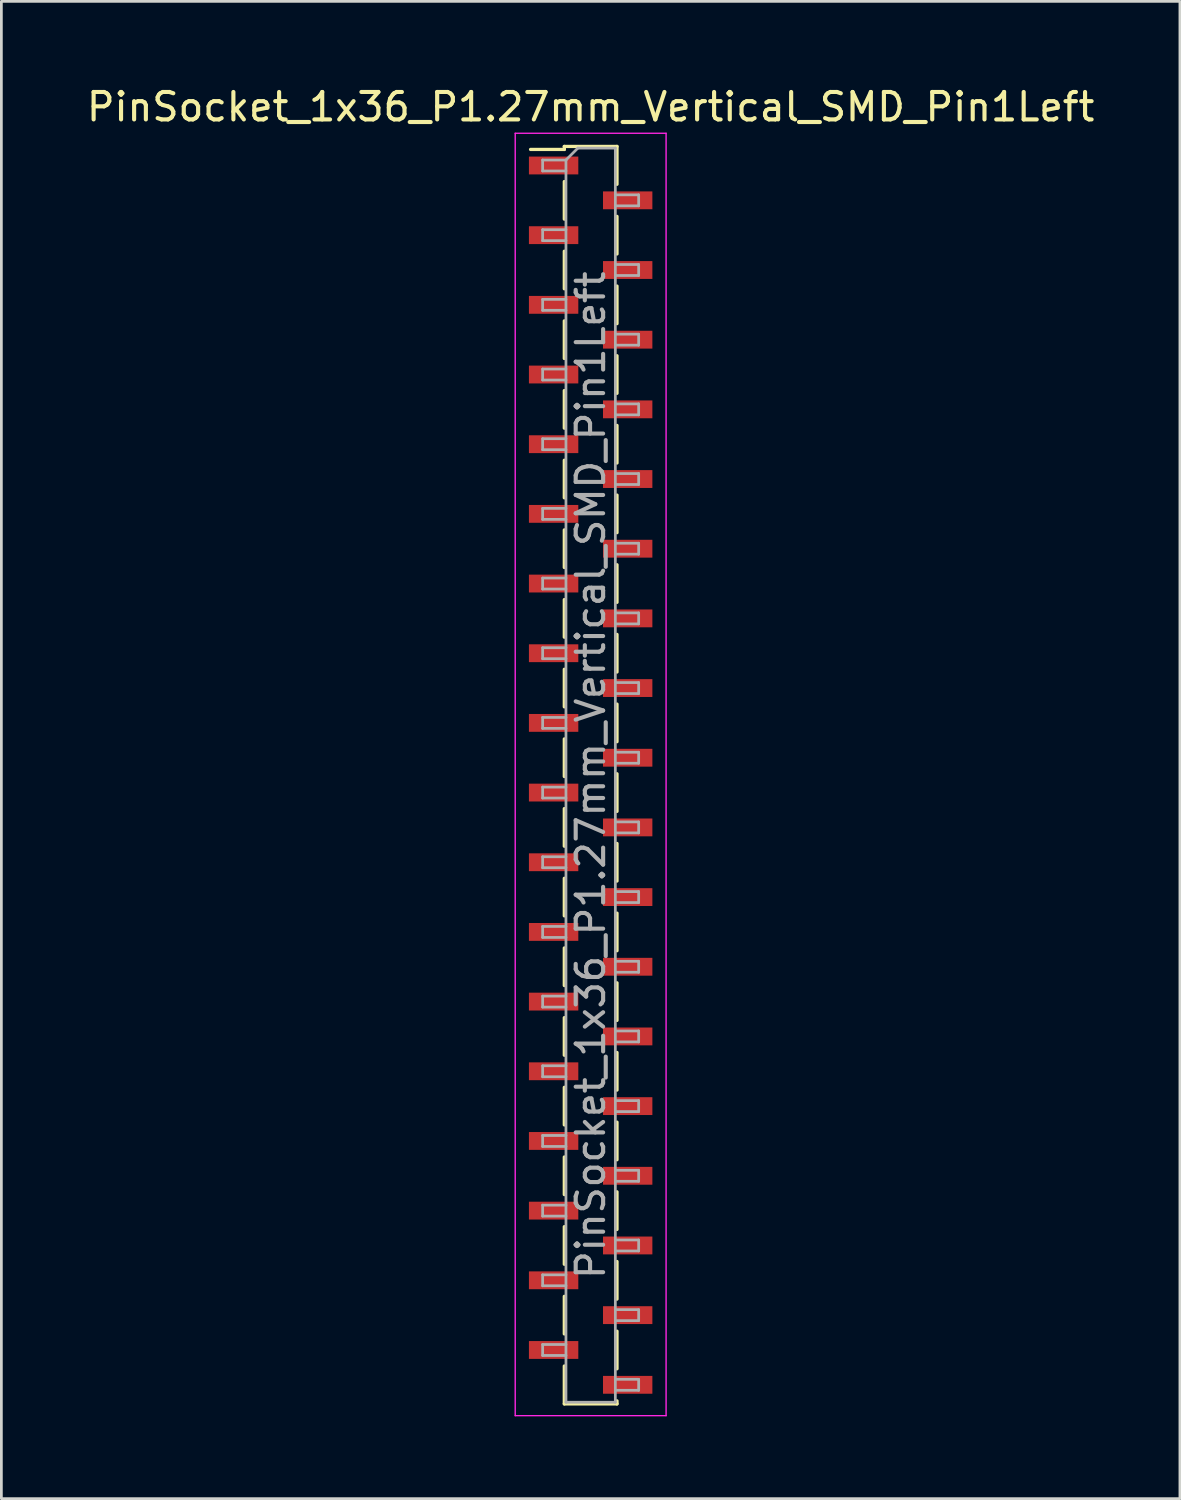
<source format=kicad_pcb>
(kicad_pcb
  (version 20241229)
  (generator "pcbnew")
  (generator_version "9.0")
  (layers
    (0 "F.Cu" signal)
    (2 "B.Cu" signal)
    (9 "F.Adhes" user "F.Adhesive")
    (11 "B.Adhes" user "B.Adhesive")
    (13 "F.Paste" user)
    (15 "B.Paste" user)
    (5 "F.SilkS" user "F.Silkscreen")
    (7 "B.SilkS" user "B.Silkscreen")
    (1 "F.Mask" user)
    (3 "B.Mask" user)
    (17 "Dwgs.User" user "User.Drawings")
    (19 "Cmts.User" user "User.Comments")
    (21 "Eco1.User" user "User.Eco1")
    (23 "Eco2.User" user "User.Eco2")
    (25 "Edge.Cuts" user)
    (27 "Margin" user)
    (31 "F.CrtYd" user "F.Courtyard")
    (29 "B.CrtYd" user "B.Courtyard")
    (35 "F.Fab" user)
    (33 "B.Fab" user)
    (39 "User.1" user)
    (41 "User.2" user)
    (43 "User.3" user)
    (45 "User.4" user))
  (footprint "PinSocket_1x36_P1.27mm_Vertical_SMD_Pin1Left"
    (layer "F.Cu")
    (at 18.482 25.208)
    (property "Reference" "PinSocket_1x36_P1.27mm_Vertical_SMD_Pin1Left" (at 0 -24.36 0) (layer "F.SilkS") (effects (font (size 1 1) (thickness 0.15))))
    (attr smd)
    (fp_line (start -2.19 -22.81) (end -0.96 -22.81) (stroke (width 0.12) (type solid)) (layer "F.SilkS"))
    (fp_line (start -0.96 -22.92) (end -0.96 -22.81) (stroke (width 0.12) (type solid)) (layer "F.SilkS"))
    (fp_line (start -0.96 -22.92) (end 0.96 -22.92) (stroke (width 0.12) (type solid)) (layer "F.SilkS"))
    (fp_line (start -0.96 -21.64) (end -0.96 -20.27) (stroke (width 0.12) (type solid)) (layer "F.SilkS"))
    (fp_line (start -0.96 -19.1) (end -0.96 -17.73) (stroke (width 0.12) (type solid)) (layer "F.SilkS"))
    (fp_line (start -0.96 -16.56) (end -0.96 -15.19) (stroke (width 0.12) (type solid)) (layer "F.SilkS"))
    (fp_line (start -0.96 -14.02) (end -0.96 -12.65) (stroke (width 0.12) (type solid)) (layer "F.SilkS"))
    (fp_line (start -0.96 -11.48) (end -0.96 -10.11) (stroke (width 0.12) (type solid)) (layer "F.SilkS"))
    (fp_line (start -0.96 -8.94) (end -0.96 -7.57) (stroke (width 0.12) (type solid)) (layer "F.SilkS"))
    (fp_line (start -0.96 -6.4) (end -0.96 -5.03) (stroke (width 0.12) (type solid)) (layer "F.SilkS"))
    (fp_line (start -0.96 -3.86) (end -0.96 -2.49) (stroke (width 0.12) (type solid)) (layer "F.SilkS"))
    (fp_line (start -0.96 -1.32) (end -0.96 0.05) (stroke (width 0.12) (type solid)) (layer "F.SilkS"))
    (fp_line (start -0.96 1.22) (end -0.96 2.59) (stroke (width 0.12) (type solid)) (layer "F.SilkS"))
    (fp_line (start -0.96 3.76) (end -0.96 5.13) (stroke (width 0.12) (type solid)) (layer "F.SilkS"))
    (fp_line (start -0.96 6.3) (end -0.96 7.67) (stroke (width 0.12) (type solid)) (layer "F.SilkS"))
    (fp_line (start -0.96 8.84) (end -0.96 10.21) (stroke (width 0.12) (type solid)) (layer "F.SilkS"))
    (fp_line (start -0.96 11.38) (end -0.96 12.75) (stroke (width 0.12) (type solid)) (layer "F.SilkS"))
    (fp_line (start -0.96 13.92) (end -0.96 15.29) (stroke (width 0.12) (type solid)) (layer "F.SilkS"))
    (fp_line (start -0.96 16.46) (end -0.96 17.83) (stroke (width 0.12) (type solid)) (layer "F.SilkS"))
    (fp_line (start -0.96 19) (end -0.96 20.37) (stroke (width 0.12) (type solid)) (layer "F.SilkS"))
    (fp_line (start -0.96 21.54) (end -0.96 22.92) (stroke (width 0.12) (type solid)) (layer "F.SilkS"))
    (fp_line (start -0.96 22.92) (end 0.96 22.92) (stroke (width 0.12) (type solid)) (layer "F.SilkS"))
    (fp_line (start 0.96 -22.92) (end 0.96 -21.54) (stroke (width 0.12) (type solid)) (layer "F.SilkS"))
    (fp_line (start 0.96 -20.37) (end 0.96 -19) (stroke (width 0.12) (type solid)) (layer "F.SilkS"))
    (fp_line (start 0.96 -17.83) (end 0.96 -16.46) (stroke (width 0.12) (type solid)) (layer "F.SilkS"))
    (fp_line (start 0.96 -15.29) (end 0.96 -13.92) (stroke (width 0.12) (type solid)) (layer "F.SilkS"))
    (fp_line (start 0.96 -12.75) (end 0.96 -11.38) (stroke (width 0.12) (type solid)) (layer "F.SilkS"))
    (fp_line (start 0.96 -10.21) (end 0.96 -8.84) (stroke (width 0.12) (type solid)) (layer "F.SilkS"))
    (fp_line (start 0.96 -7.67) (end 0.96 -6.3) (stroke (width 0.12) (type solid)) (layer "F.SilkS"))
    (fp_line (start 0.96 -5.13) (end 0.96 -3.76) (stroke (width 0.12) (type solid)) (layer "F.SilkS"))
    (fp_line (start 0.96 -2.59) (end 0.96 -1.22) (stroke (width 0.12) (type solid)) (layer "F.SilkS"))
    (fp_line (start 0.96 -0.05) (end 0.96 1.32) (stroke (width 0.12) (type solid)) (layer "F.SilkS"))
    (fp_line (start 0.96 2.49) (end 0.96 3.86) (stroke (width 0.12) (type solid)) (layer "F.SilkS"))
    (fp_line (start 0.96 5.03) (end 0.96 6.4) (stroke (width 0.12) (type solid)) (layer "F.SilkS"))
    (fp_line (start 0.96 7.57) (end 0.96 8.94) (stroke (width 0.12) (type solid)) (layer "F.SilkS"))
    (fp_line (start 0.96 10.11) (end 0.96 11.48) (stroke (width 0.12) (type solid)) (layer "F.SilkS"))
    (fp_line (start 0.96 12.65) (end 0.96 14.02) (stroke (width 0.12) (type solid)) (layer "F.SilkS"))
    (fp_line (start 0.96 15.19) (end 0.96 16.56) (stroke (width 0.12) (type solid)) (layer "F.SilkS"))
    (fp_line (start 0.96 17.73) (end 0.96 19.1) (stroke (width 0.12) (type solid)) (layer "F.SilkS"))
    (fp_line (start 0.96 20.27) (end 0.96 21.64) (stroke (width 0.12) (type solid)) (layer "F.SilkS"))
    (fp_line (start 0.96 22.81) (end 0.96 22.92) (stroke (width 0.12) (type solid)) (layer "F.SilkS"))
    (fp_line (start -2.75 -23.4) (end 2.75 -23.4) (stroke (width 0.05) (type solid)) (layer "F.CrtYd"))
    (fp_line (start -2.75 23.35) (end -2.75 -23.4) (stroke (width 0.05) (type solid)) (layer "F.CrtYd"))
    (fp_line (start 2.75 -23.4) (end 2.75 23.35) (stroke (width 0.05) (type solid)) (layer "F.CrtYd"))
    (fp_line (start 2.75 23.35) (end -2.75 23.35) (stroke (width 0.05) (type solid)) (layer "F.CrtYd"))
    (fp_line (start -1.75 -22.425) (end -0.9 -22.425) (stroke (width 0.1) (type solid)) (layer "F.Fab"))
    (fp_line (start -1.75 -22.025) (end -1.75 -22.425) (stroke (width 0.1) (type solid)) (layer "F.Fab"))
    (fp_line (start -1.75 -19.885) (end -0.9 -19.885) (stroke (width 0.1) (type solid)) (layer "F.Fab"))
    (fp_line (start -1.75 -19.485) (end -1.75 -19.885) (stroke (width 0.1) (type solid)) (layer "F.Fab"))
    (fp_line (start -1.75 -17.345) (end -0.9 -17.345) (stroke (width 0.1) (type solid)) (layer "F.Fab"))
    (fp_line (start -1.75 -16.945) (end -1.75 -17.345) (stroke (width 0.1) (type solid)) (layer "F.Fab"))
    (fp_line (start -1.75 -14.805) (end -0.9 -14.805) (stroke (width 0.1) (type solid)) (layer "F.Fab"))
    (fp_line (start -1.75 -14.405) (end -1.75 -14.805) (stroke (width 0.1) (type solid)) (layer "F.Fab"))
    (fp_line (start -1.75 -12.265) (end -0.9 -12.265) (stroke (width 0.1) (type solid)) (layer "F.Fab"))
    (fp_line (start -1.75 -11.865) (end -1.75 -12.265) (stroke (width 0.1) (type solid)) (layer "F.Fab"))
    (fp_line (start -1.75 -9.725) (end -0.9 -9.725) (stroke (width 0.1) (type solid)) (layer "F.Fab"))
    (fp_line (start -1.75 -9.325) (end -1.75 -9.725) (stroke (width 0.1) (type solid)) (layer "F.Fab"))
    (fp_line (start -1.75 -7.185) (end -0.9 -7.185) (stroke (width 0.1) (type solid)) (layer "F.Fab"))
    (fp_line (start -1.75 -6.785) (end -1.75 -7.185) (stroke (width 0.1) (type solid)) (layer "F.Fab"))
    (fp_line (start -1.75 -4.645) (end -0.9 -4.645) (stroke (width 0.1) (type solid)) (layer "F.Fab"))
    (fp_line (start -1.75 -4.245) (end -1.75 -4.645) (stroke (width 0.1) (type solid)) (layer "F.Fab"))
    (fp_line (start -1.75 -2.105) (end -0.9 -2.105) (stroke (width 0.1) (type solid)) (layer "F.Fab"))
    (fp_line (start -1.75 -1.705) (end -1.75 -2.105) (stroke (width 0.1) (type solid)) (layer "F.Fab"))
    (fp_line (start -1.75 0.435) (end -0.9 0.435) (stroke (width 0.1) (type solid)) (layer "F.Fab"))
    (fp_line (start -1.75 0.835) (end -1.75 0.435) (stroke (width 0.1) (type solid)) (layer "F.Fab"))
    (fp_line (start -1.75 2.975) (end -0.9 2.975) (stroke (width 0.1) (type solid)) (layer "F.Fab"))
    (fp_line (start -1.75 3.375) (end -1.75 2.975) (stroke (width 0.1) (type solid)) (layer "F.Fab"))
    (fp_line (start -1.75 5.515) (end -0.9 5.515) (stroke (width 0.1) (type solid)) (layer "F.Fab"))
    (fp_line (start -1.75 5.915) (end -1.75 5.515) (stroke (width 0.1) (type solid)) (layer "F.Fab"))
    (fp_line (start -1.75 8.055) (end -0.9 8.055) (stroke (width 0.1) (type solid)) (layer "F.Fab"))
    (fp_line (start -1.75 8.455) (end -1.75 8.055) (stroke (width 0.1) (type solid)) (layer "F.Fab"))
    (fp_line (start -1.75 10.595) (end -0.9 10.595) (stroke (width 0.1) (type solid)) (layer "F.Fab"))
    (fp_line (start -1.75 10.995) (end -1.75 10.595) (stroke (width 0.1) (type solid)) (layer "F.Fab"))
    (fp_line (start -1.75 13.135) (end -0.9 13.135) (stroke (width 0.1) (type solid)) (layer "F.Fab"))
    (fp_line (start -1.75 13.535) (end -1.75 13.135) (stroke (width 0.1) (type solid)) (layer "F.Fab"))
    (fp_line (start -1.75 15.675) (end -0.9 15.675) (stroke (width 0.1) (type solid)) (layer "F.Fab"))
    (fp_line (start -1.75 16.075) (end -1.75 15.675) (stroke (width 0.1) (type solid)) (layer "F.Fab"))
    (fp_line (start -1.75 18.215) (end -0.9 18.215) (stroke (width 0.1) (type solid)) (layer "F.Fab"))
    (fp_line (start -1.75 18.615) (end -1.75 18.215) (stroke (width 0.1) (type solid)) (layer "F.Fab"))
    (fp_line (start -1.75 20.755) (end -0.9 20.755) (stroke (width 0.1) (type solid)) (layer "F.Fab"))
    (fp_line (start -1.75 21.155) (end -1.75 20.755) (stroke (width 0.1) (type solid)) (layer "F.Fab"))
    (fp_line (start -0.9 -22.425) (end -0.465 -22.86) (stroke (width 0.1) (type solid)) (layer "F.Fab"))
    (fp_line (start -0.9 -22.025) (end -1.75 -22.025) (stroke (width 0.1) (type solid)) (layer "F.Fab"))
    (fp_line (start -0.9 -19.485) (end -1.75 -19.485) (stroke (width 0.1) (type solid)) (layer "F.Fab"))
    (fp_line (start -0.9 -16.945) (end -1.75 -16.945) (stroke (width 0.1) (type solid)) (layer "F.Fab"))
    (fp_line (start -0.9 -14.405) (end -1.75 -14.405) (stroke (width 0.1) (type solid)) (layer "F.Fab"))
    (fp_line (start -0.9 -11.865) (end -1.75 -11.865) (stroke (width 0.1) (type solid)) (layer "F.Fab"))
    (fp_line (start -0.9 -9.325) (end -1.75 -9.325) (stroke (width 0.1) (type solid)) (layer "F.Fab"))
    (fp_line (start -0.9 -6.785) (end -1.75 -6.785) (stroke (width 0.1) (type solid)) (layer "F.Fab"))
    (fp_line (start -0.9 -4.245) (end -1.75 -4.245) (stroke (width 0.1) (type solid)) (layer "F.Fab"))
    (fp_line (start -0.9 -1.705) (end -1.75 -1.705) (stroke (width 0.1) (type solid)) (layer "F.Fab"))
    (fp_line (start -0.9 0.835) (end -1.75 0.835) (stroke (width 0.1) (type solid)) (layer "F.Fab"))
    (fp_line (start -0.9 3.375) (end -1.75 3.375) (stroke (width 0.1) (type solid)) (layer "F.Fab"))
    (fp_line (start -0.9 5.915) (end -1.75 5.915) (stroke (width 0.1) (type solid)) (layer "F.Fab"))
    (fp_line (start -0.9 8.455) (end -1.75 8.455) (stroke (width 0.1) (type solid)) (layer "F.Fab"))
    (fp_line (start -0.9 10.995) (end -1.75 10.995) (stroke (width 0.1) (type solid)) (layer "F.Fab"))
    (fp_line (start -0.9 13.535) (end -1.75 13.535) (stroke (width 0.1) (type solid)) (layer "F.Fab"))
    (fp_line (start -0.9 16.075) (end -1.75 16.075) (stroke (width 0.1) (type solid)) (layer "F.Fab"))
    (fp_line (start -0.9 18.615) (end -1.75 18.615) (stroke (width 0.1) (type solid)) (layer "F.Fab"))
    (fp_line (start -0.9 21.155) (end -1.75 21.155) (stroke (width 0.1) (type solid)) (layer "F.Fab"))
    (fp_line (start -0.9 22.86) (end -0.9 -22.425) (stroke (width 0.1) (type solid)) (layer "F.Fab"))
    (fp_line (start -0.465 -22.86) (end 0.9 -22.86) (stroke (width 0.1) (type solid)) (layer "F.Fab"))
    (fp_line (start 0.9 -22.86) (end 0.9 22.86) (stroke (width 0.1) (type solid)) (layer "F.Fab"))
    (fp_line (start 0.9 -21.155) (end 1.75 -21.155) (stroke (width 0.1) (type solid)) (layer "F.Fab"))
    (fp_line (start 0.9 -18.615) (end 1.75 -18.615) (stroke (width 0.1) (type solid)) (layer "F.Fab"))
    (fp_line (start 0.9 -16.075) (end 1.75 -16.075) (stroke (width 0.1) (type solid)) (layer "F.Fab"))
    (fp_line (start 0.9 -13.535) (end 1.75 -13.535) (stroke (width 0.1) (type solid)) (layer "F.Fab"))
    (fp_line (start 0.9 -10.995) (end 1.75 -10.995) (stroke (width 0.1) (type solid)) (layer "F.Fab"))
    (fp_line (start 0.9 -8.455) (end 1.75 -8.455) (stroke (width 0.1) (type solid)) (layer "F.Fab"))
    (fp_line (start 0.9 -5.915) (end 1.75 -5.915) (stroke (width 0.1) (type solid)) (layer "F.Fab"))
    (fp_line (start 0.9 -3.375) (end 1.75 -3.375) (stroke (width 0.1) (type solid)) (layer "F.Fab"))
    (fp_line (start 0.9 -0.835) (end 1.75 -0.835) (stroke (width 0.1) (type solid)) (layer "F.Fab"))
    (fp_line (start 0.9 1.705) (end 1.75 1.705) (stroke (width 0.1) (type solid)) (layer "F.Fab"))
    (fp_line (start 0.9 4.245) (end 1.75 4.245) (stroke (width 0.1) (type solid)) (layer "F.Fab"))
    (fp_line (start 0.9 6.785) (end 1.75 6.785) (stroke (width 0.1) (type solid)) (layer "F.Fab"))
    (fp_line (start 0.9 9.325) (end 1.75 9.325) (stroke (width 0.1) (type solid)) (layer "F.Fab"))
    (fp_line (start 0.9 11.865) (end 1.75 11.865) (stroke (width 0.1) (type solid)) (layer "F.Fab"))
    (fp_line (start 0.9 14.405) (end 1.75 14.405) (stroke (width 0.1) (type solid)) (layer "F.Fab"))
    (fp_line (start 0.9 16.945) (end 1.75 16.945) (stroke (width 0.1) (type solid)) (layer "F.Fab"))
    (fp_line (start 0.9 19.485) (end 1.75 19.485) (stroke (width 0.1) (type solid)) (layer "F.Fab"))
    (fp_line (start 0.9 22.025) (end 1.75 22.025) (stroke (width 0.1) (type solid)) (layer "F.Fab"))
    (fp_line (start 0.9 22.86) (end -0.9 22.86) (stroke (width 0.1) (type solid)) (layer "F.Fab"))
    (fp_line (start 1.75 -21.155) (end 1.75 -20.755) (stroke (width 0.1) (type solid)) (layer "F.Fab"))
    (fp_line (start 1.75 -20.755) (end 0.9 -20.755) (stroke (width 0.1) (type solid)) (layer "F.Fab"))
    (fp_line (start 1.75 -18.615) (end 1.75 -18.215) (stroke (width 0.1) (type solid)) (layer "F.Fab"))
    (fp_line (start 1.75 -18.215) (end 0.9 -18.215) (stroke (width 0.1) (type solid)) (layer "F.Fab"))
    (fp_line (start 1.75 -16.075) (end 1.75 -15.675) (stroke (width 0.1) (type solid)) (layer "F.Fab"))
    (fp_line (start 1.75 -15.675) (end 0.9 -15.675) (stroke (width 0.1) (type solid)) (layer "F.Fab"))
    (fp_line (start 1.75 -13.535) (end 1.75 -13.135) (stroke (width 0.1) (type solid)) (layer "F.Fab"))
    (fp_line (start 1.75 -13.135) (end 0.9 -13.135) (stroke (width 0.1) (type solid)) (layer "F.Fab"))
    (fp_line (start 1.75 -10.995) (end 1.75 -10.595) (stroke (width 0.1) (type solid)) (layer "F.Fab"))
    (fp_line (start 1.75 -10.595) (end 0.9 -10.595) (stroke (width 0.1) (type solid)) (layer "F.Fab"))
    (fp_line (start 1.75 -8.455) (end 1.75 -8.055) (stroke (width 0.1) (type solid)) (layer "F.Fab"))
    (fp_line (start 1.75 -8.055) (end 0.9 -8.055) (stroke (width 0.1) (type solid)) (layer "F.Fab"))
    (fp_line (start 1.75 -5.915) (end 1.75 -5.515) (stroke (width 0.1) (type solid)) (layer "F.Fab"))
    (fp_line (start 1.75 -5.515) (end 0.9 -5.515) (stroke (width 0.1) (type solid)) (layer "F.Fab"))
    (fp_line (start 1.75 -3.375) (end 1.75 -2.975) (stroke (width 0.1) (type solid)) (layer "F.Fab"))
    (fp_line (start 1.75 -2.975) (end 0.9 -2.975) (stroke (width 0.1) (type solid)) (layer "F.Fab"))
    (fp_line (start 1.75 -0.835) (end 1.75 -0.435) (stroke (width 0.1) (type solid)) (layer "F.Fab"))
    (fp_line (start 1.75 -0.435) (end 0.9 -0.435) (stroke (width 0.1) (type solid)) (layer "F.Fab"))
    (fp_line (start 1.75 1.705) (end 1.75 2.105) (stroke (width 0.1) (type solid)) (layer "F.Fab"))
    (fp_line (start 1.75 2.105) (end 0.9 2.105) (stroke (width 0.1) (type solid)) (layer "F.Fab"))
    (fp_line (start 1.75 4.245) (end 1.75 4.645) (stroke (width 0.1) (type solid)) (layer "F.Fab"))
    (fp_line (start 1.75 4.645) (end 0.9 4.645) (stroke (width 0.1) (type solid)) (layer "F.Fab"))
    (fp_line (start 1.75 6.785) (end 1.75 7.185) (stroke (width 0.1) (type solid)) (layer "F.Fab"))
    (fp_line (start 1.75 7.185) (end 0.9 7.185) (stroke (width 0.1) (type solid)) (layer "F.Fab"))
    (fp_line (start 1.75 9.325) (end 1.75 9.725) (stroke (width 0.1) (type solid)) (layer "F.Fab"))
    (fp_line (start 1.75 9.725) (end 0.9 9.725) (stroke (width 0.1) (type solid)) (layer "F.Fab"))
    (fp_line (start 1.75 11.865) (end 1.75 12.265) (stroke (width 0.1) (type solid)) (layer "F.Fab"))
    (fp_line (start 1.75 12.265) (end 0.9 12.265) (stroke (width 0.1) (type solid)) (layer "F.Fab"))
    (fp_line (start 1.75 14.405) (end 1.75 14.805) (stroke (width 0.1) (type solid)) (layer "F.Fab"))
    (fp_line (start 1.75 14.805) (end 0.9 14.805) (stroke (width 0.1) (type solid)) (layer "F.Fab"))
    (fp_line (start 1.75 16.945) (end 1.75 17.345) (stroke (width 0.1) (type solid)) (layer "F.Fab"))
    (fp_line (start 1.75 17.345) (end 0.9 17.345) (stroke (width 0.1) (type solid)) (layer "F.Fab"))
    (fp_line (start 1.75 19.485) (end 1.75 19.885) (stroke (width 0.1) (type solid)) (layer "F.Fab"))
    (fp_line (start 1.75 19.885) (end 0.9 19.885) (stroke (width 0.1) (type solid)) (layer "F.Fab"))
    (fp_line (start 1.75 22.025) (end 1.75 22.425) (stroke (width 0.1) (type solid)) (layer "F.Fab"))
    (fp_line (start 1.75 22.425) (end 0.9 22.425) (stroke (width 0.1) (type solid)) (layer "F.Fab"))
    (fp_text user "${REFERENCE}" (at 0 0 90) (layer "F.Fab") (effects (font (size 1 1) (thickness 0.15))))
    (pad "1" smd rect (at -1.35 -22.225) (size 1.8 0.65) (layers "F.Cu" "F.Mask" "F.Paste"))
    (pad "2" smd rect (at 1.35 -20.955) (size 1.8 0.65) (layers "F.Cu" "F.Mask" "F.Paste"))
    (pad "3" smd rect (at -1.35 -19.685) (size 1.8 0.65) (layers "F.Cu" "F.Mask" "F.Paste"))
    (pad "4" smd rect (at 1.35 -18.415) (size 1.8 0.65) (layers "F.Cu" "F.Mask" "F.Paste"))
    (pad "5" smd rect (at -1.35 -17.145) (size 1.8 0.65) (layers "F.Cu" "F.Mask" "F.Paste"))
    (pad "6" smd rect (at 1.35 -15.875) (size 1.8 0.65) (layers "F.Cu" "F.Mask" "F.Paste"))
    (pad "7" smd rect (at -1.35 -14.605) (size 1.8 0.65) (layers "F.Cu" "F.Mask" "F.Paste"))
    (pad "8" smd rect (at 1.35 -13.335) (size 1.8 0.65) (layers "F.Cu" "F.Mask" "F.Paste"))
    (pad "9" smd rect (at -1.35 -12.065) (size 1.8 0.65) (layers "F.Cu" "F.Mask" "F.Paste"))
    (pad "10" smd rect (at 1.35 -10.795) (size 1.8 0.65) (layers "F.Cu" "F.Mask" "F.Paste"))
    (pad "11" smd rect (at -1.35 -9.525) (size 1.8 0.65) (layers "F.Cu" "F.Mask" "F.Paste"))
    (pad "12" smd rect (at 1.35 -8.255) (size 1.8 0.65) (layers "F.Cu" "F.Mask" "F.Paste"))
    (pad "13" smd rect (at -1.35 -6.985) (size 1.8 0.65) (layers "F.Cu" "F.Mask" "F.Paste"))
    (pad "14" smd rect (at 1.35 -5.715) (size 1.8 0.65) (layers "F.Cu" "F.Mask" "F.Paste"))
    (pad "15" smd rect (at -1.35 -4.445) (size 1.8 0.65) (layers "F.Cu" "F.Mask" "F.Paste"))
    (pad "16" smd rect (at 1.35 -3.175) (size 1.8 0.65) (layers "F.Cu" "F.Mask" "F.Paste"))
    (pad "17" smd rect (at -1.35 -1.905) (size 1.8 0.65) (layers "F.Cu" "F.Mask" "F.Paste"))
    (pad "18" smd rect (at 1.35 -0.635) (size 1.8 0.65) (layers "F.Cu" "F.Mask" "F.Paste"))
    (pad "19" smd rect (at -1.35 0.635) (size 1.8 0.65) (layers "F.Cu" "F.Mask" "F.Paste"))
    (pad "20" smd rect (at 1.35 1.905) (size 1.8 0.65) (layers "F.Cu" "F.Mask" "F.Paste"))
    (pad "21" smd rect (at -1.35 3.175) (size 1.8 0.65) (layers "F.Cu" "F.Mask" "F.Paste"))
    (pad "22" smd rect (at 1.35 4.445) (size 1.8 0.65) (layers "F.Cu" "F.Mask" "F.Paste"))
    (pad "23" smd rect (at -1.35 5.715) (size 1.8 0.65) (layers "F.Cu" "F.Mask" "F.Paste"))
    (pad "24" smd rect (at 1.35 6.985) (size 1.8 0.65) (layers "F.Cu" "F.Mask" "F.Paste"))
    (pad "25" smd rect (at -1.35 8.255) (size 1.8 0.65) (layers "F.Cu" "F.Mask" "F.Paste"))
    (pad "26" smd rect (at 1.35 9.525) (size 1.8 0.65) (layers "F.Cu" "F.Mask" "F.Paste"))
    (pad "27" smd rect (at -1.35 10.795) (size 1.8 0.65) (layers "F.Cu" "F.Mask" "F.Paste"))
    (pad "28" smd rect (at 1.35 12.065) (size 1.8 0.65) (layers "F.Cu" "F.Mask" "F.Paste"))
    (pad "29" smd rect (at -1.35 13.335) (size 1.8 0.65) (layers "F.Cu" "F.Mask" "F.Paste"))
    (pad "30" smd rect (at 1.35 14.605) (size 1.8 0.65) (layers "F.Cu" "F.Mask" "F.Paste"))
    (pad "31" smd rect (at -1.35 15.875) (size 1.8 0.65) (layers "F.Cu" "F.Mask" "F.Paste"))
    (pad "32" smd rect (at 1.35 17.145) (size 1.8 0.65) (layers "F.Cu" "F.Mask" "F.Paste"))
    (pad "33" smd rect (at -1.35 18.415) (size 1.8 0.65) (layers "F.Cu" "F.Mask" "F.Paste"))
    (pad "34" smd rect (at 1.35 19.685) (size 1.8 0.65) (layers "F.Cu" "F.Mask" "F.Paste"))
    (pad "35" smd rect (at -1.35 20.955) (size 1.8 0.65) (layers "F.Cu" "F.Mask" "F.Paste"))
    (pad "36" smd rect (at 1.35 22.225) (size 1.8 0.65) (layers "F.Cu" "F.Mask" "F.Paste")))
  (gr_rect
    (start -3 -3)
    (end 39.964 51.583)
    (stroke (width 0.1) (type default))
    (fill no)
    (layer "Edge.Cuts")))
</source>
